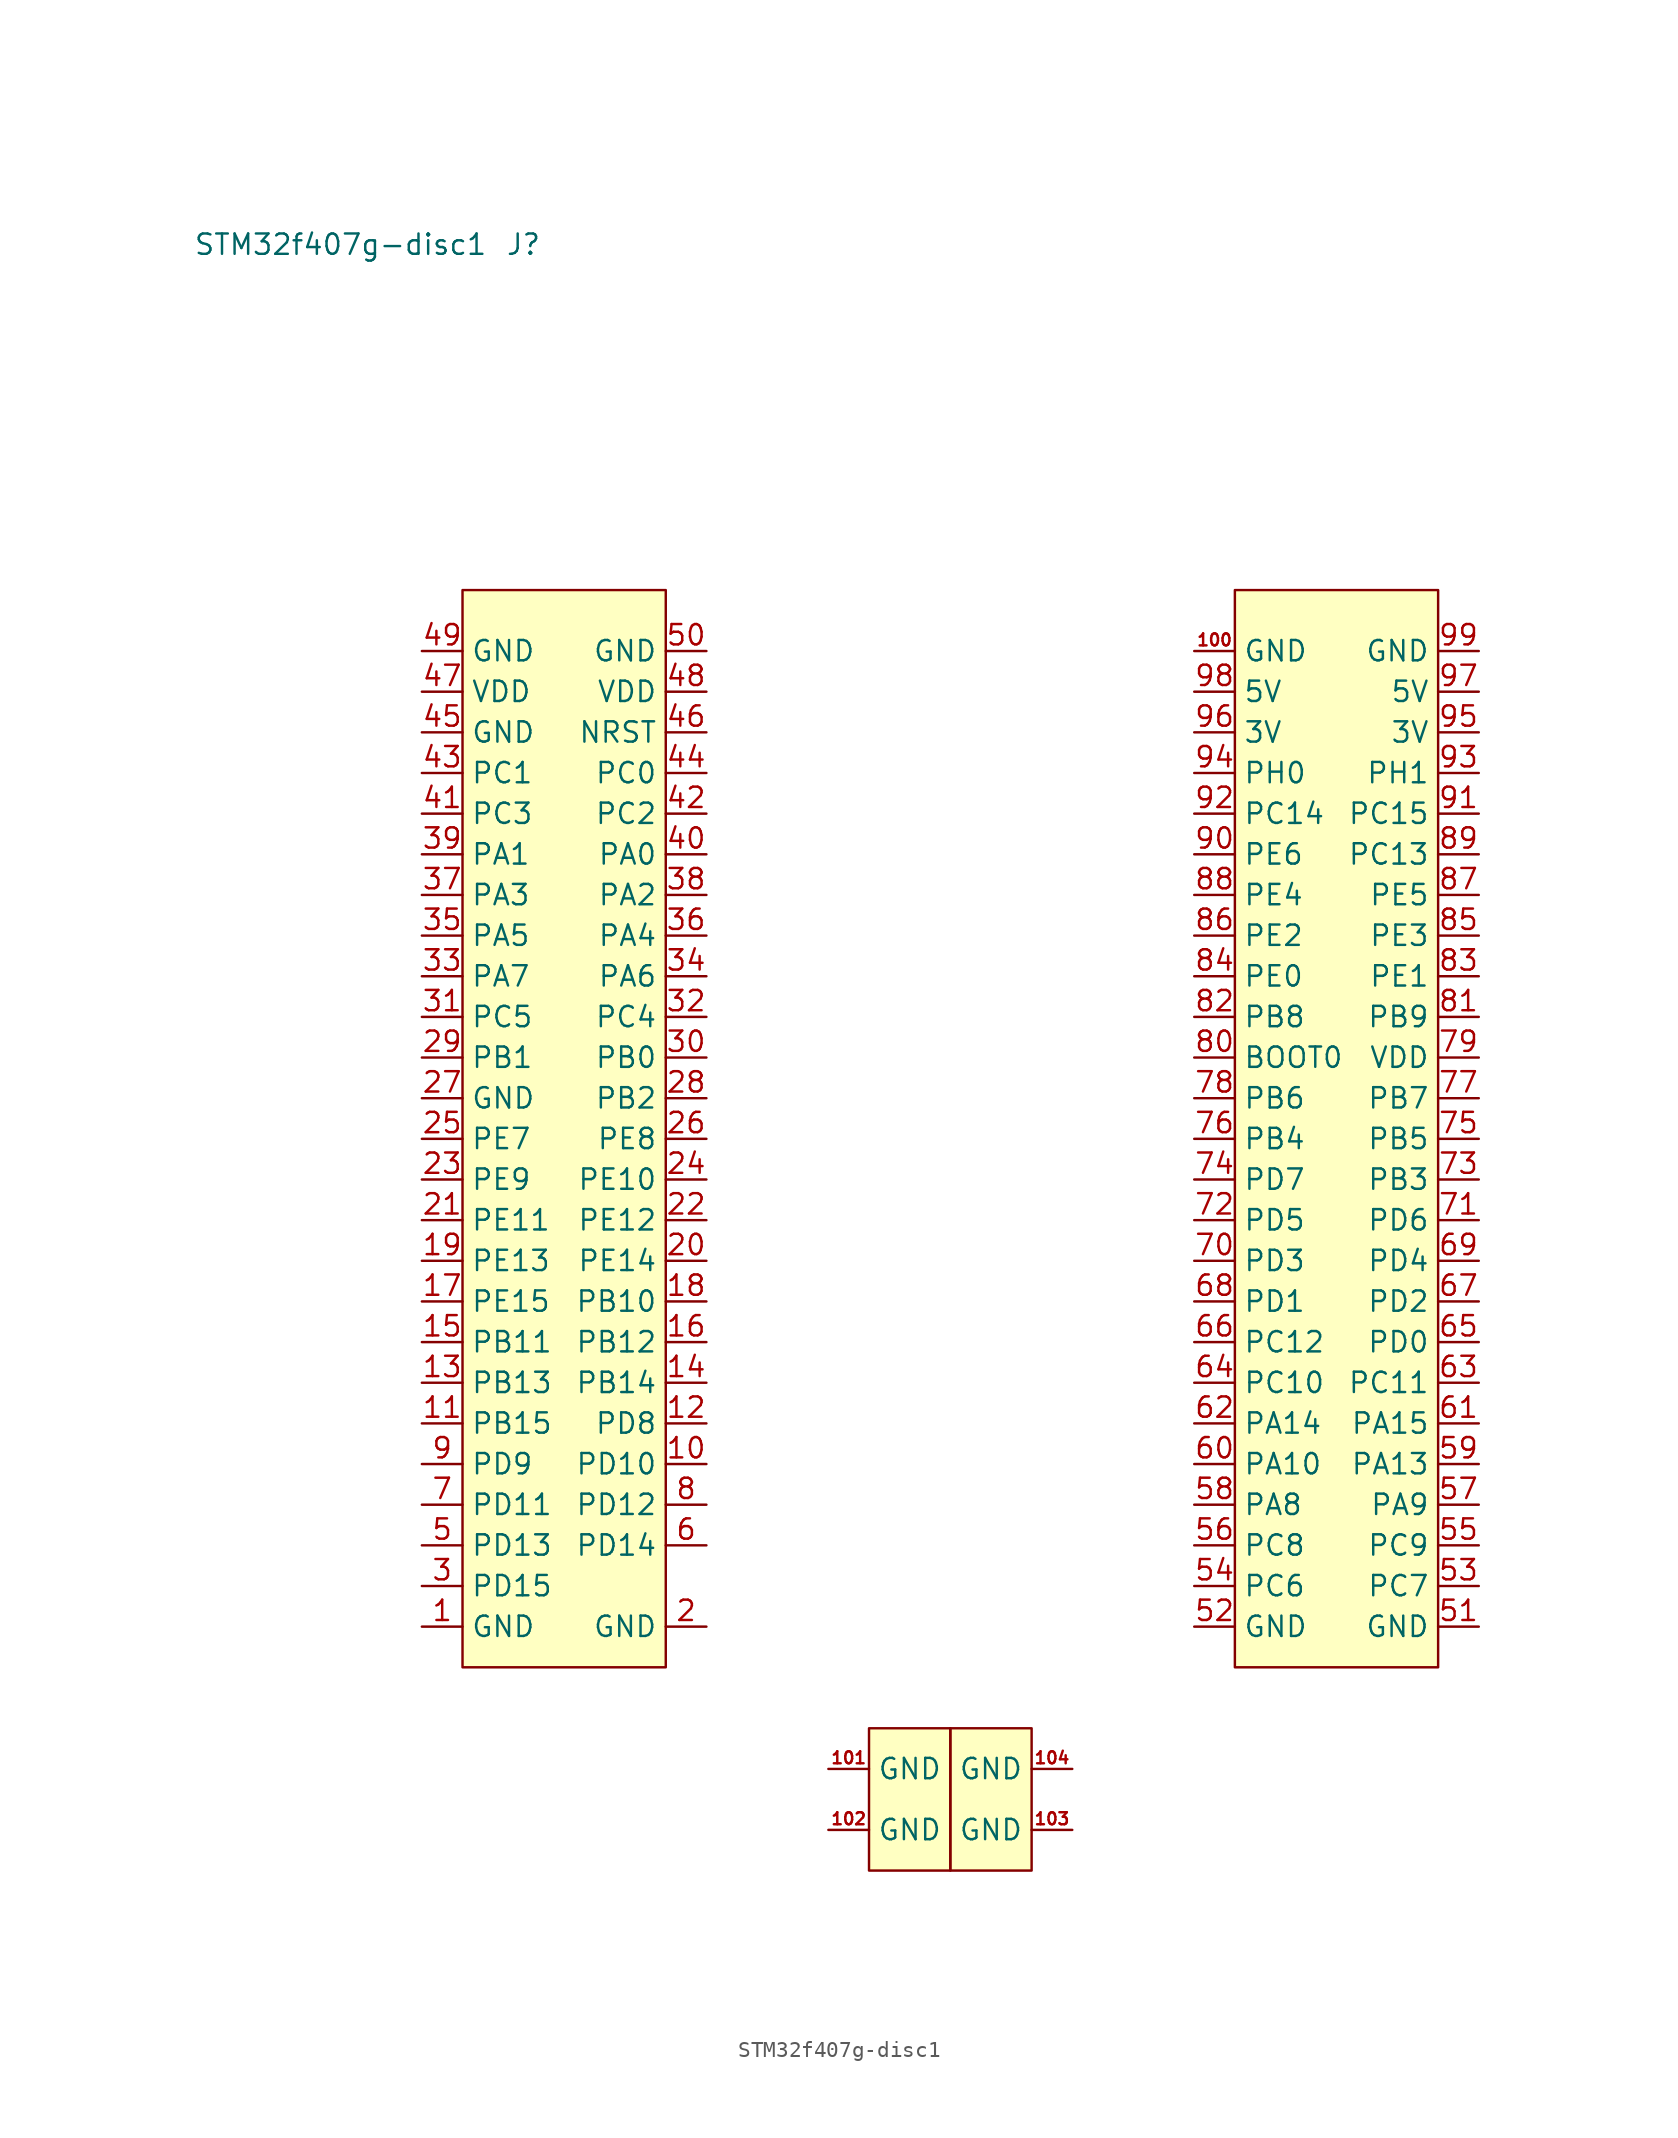
<source format=kicad_sym>
(kicad_symbol_lib
  (version 20231120)
  (generator "kicad_symbol_editor")
  (generator_version "8.0")
  (symbol "STM32f407g-disc1"
    (property "Reference" "J"
      (at -52.07 46.99 0)
      (effects (font (size 1.27 1.27))))
    (property "Value" "STM32f407g-disc1"
      (at -63.5 46.99 0)
      (effects (font (size 1.27 1.27))))
    (symbol "STM32f407g-disc1_0_1"
      (rectangle (start -55.88 -41.91) (end -43.18 25.4) (stroke (width 0) (type default)) (fill (type background)))
      (rectangle (start -30.48 -45.72) (end -25.4 -54.61) (stroke (width 0) (type default)) (fill (type background)))
      (rectangle (start -20.32 -54.61) (end -25.4 -45.72) (stroke (width 0) (type default)) (fill (type background)))
      (rectangle (start -7.62 -41.91) (end 5.08 25.4) (stroke (width 0) (type default)) (fill (type background))))
    (symbol "STM32f407g-disc1_1_1"
      (pin input line (at -58.42 -39.37 0) (length 2.54) (name "GND" (effects (font (size 1.27 1.27)))) (number "1" (effects (font (size 1.27 1.27)))))
      (pin input line (at -40.64 -29.21 180) (length 2.54) (name "PD10" (effects (font (size 1.27 1.27)))) (number "10" (effects (font (size 1.27 1.27)))))
      (pin input line (at -10.16 21.59 0) (length 2.54) (name "GND" (effects (font (size 1.27 1.27)))) (number "100" (effects (font (size 0.75 0.75)))))
      (pin input line (at -33.02 -48.26 0) (length 2.54) (name "GND" (effects (font (size 1.27 1.27)))) (number "101" (effects (font (size 0.75 0.75)))))
      (pin input line (at -33.02 -52.07 0) (length 2.54) (name "GND" (effects (font (size 1.27 1.27)))) (number "102" (effects (font (size 0.75 0.75)))))
      (pin input line (at -17.78 -52.07 180) (length 2.54) (name "GND" (effects (font (size 1.27 1.27)))) (number "103" (effects (font (size 0.75 0.75)))))
      (pin input line (at -17.78 -48.26 180) (length 2.54) (name "GND" (effects (font (size 1.27 1.27)))) (number "104" (effects (font (size 0.75 0.75)))))
      (pin input line (at -58.42 -26.67 0) (length 2.54) (name "PB15" (effects (font (size 1.27 1.27)))) (number "11" (effects (font (size 1.27 1.27)))))
      (pin input line (at -40.64 -26.67 180) (length 2.54) (name "PD8" (effects (font (size 1.27 1.27)))) (number "12" (effects (font (size 1.27 1.27)))))
      (pin input line (at -58.42 -24.13 0) (length 2.54) (name "PB13" (effects (font (size 1.27 1.27)))) (number "13" (effects (font (size 1.27 1.27)))))
      (pin input line (at -40.64 -24.13 180) (length 2.54) (name "PB14" (effects (font (size 1.27 1.27)))) (number "14" (effects (font (size 1.27 1.27)))))
      (pin input line (at -58.42 -21.59 0) (length 2.54) (name "PB11" (effects (font (size 1.27 1.27)))) (number "15" (effects (font (size 1.27 1.27)))))
      (pin input line (at -40.64 -21.59 180) (length 2.54) (name "PB12" (effects (font (size 1.27 1.27)))) (number "16" (effects (font (size 1.27 1.27)))))
      (pin input line (at -58.42 -19.05 0) (length 2.54) (name "PE15" (effects (font (size 1.27 1.27)))) (number "17" (effects (font (size 1.27 1.27)))))
      (pin input line (at -40.64 -19.05 180) (length 2.54) (name "PB10" (effects (font (size 1.27 1.27)))) (number "18" (effects (font (size 1.27 1.27)))))
      (pin input line (at -58.42 -16.51 0) (length 2.54) (name "PE13" (effects (font (size 1.27 1.27)))) (number "19" (effects (font (size 1.27 1.27)))))
      (pin input line (at -40.64 -39.37 180) (length 2.54) (name "GND" (effects (font (size 1.27 1.27)))) (number "2" (effects (font (size 1.27 1.27)))))
      (pin input line (at -40.64 -16.51 180) (length 2.54) (name "PE14" (effects (font (size 1.27 1.27)))) (number "20" (effects (font (size 1.27 1.27)))))
      (pin input line (at -58.42 -13.97 0) (length 2.54) (name "PE11" (effects (font (size 1.27 1.27)))) (number "21" (effects (font (size 1.27 1.27)))))
      (pin input line (at -40.64 -13.97 180) (length 2.54) (name "PE12" (effects (font (size 1.27 1.27)))) (number "22" (effects (font (size 1.27 1.27)))))
      (pin input line (at -58.42 -11.43 0) (length 2.54) (name "PE9" (effects (font (size 1.27 1.27)))) (number "23" (effects (font (size 1.27 1.27)))))
      (pin input line (at -40.64 -11.43 180) (length 2.54) (name "PE10" (effects (font (size 1.27 1.27)))) (number "24" (effects (font (size 1.27 1.27)))))
      (pin input line (at -58.42 -8.89 0) (length 2.54) (name "PE7" (effects (font (size 1.27 1.27)))) (number "25" (effects (font (size 1.27 1.27)))))
      (pin input line (at -40.64 -8.89 180) (length 2.54) (name "PE8" (effects (font (size 1.27 1.27)))) (number "26" (effects (font (size 1.27 1.27)))))
      (pin input line (at -58.42 -6.35 0) (length 2.54) (name "GND" (effects (font (size 1.27 1.27)))) (number "27" (effects (font (size 1.27 1.27)))))
      (pin input line (at -40.64 -6.35 180) (length 2.54) (name "PB2" (effects (font (size 1.27 1.27)))) (number "28" (effects (font (size 1.27 1.27)))))
      (pin input line (at -58.42 -3.81 0) (length 2.54) (name "PB1" (effects (font (size 1.27 1.27)))) (number "29" (effects (font (size 1.27 1.27)))))
      (pin input line (at -58.42 -36.83 0) (length 2.54) (name "PD15" (effects (font (size 1.27 1.27)))) (number "3" (effects (font (size 1.27 1.27)))))
      (pin input line (at -40.64 -3.81 180) (length 2.54) (name "PB0" (effects (font (size 1.27 1.27)))) (number "30" (effects (font (size 1.27 1.27)))))
      (pin input line (at -58.42 -1.27 0) (length 2.54) (name "PC5" (effects (font (size 1.27 1.27)))) (number "31" (effects (font (size 1.27 1.27)))))
      (pin input line (at -40.64 -1.27 180) (length 2.54) (name "PC4" (effects (font (size 1.27 1.27)))) (number "32" (effects (font (size 1.27 1.27)))))
      (pin input line (at -58.42 1.27 0) (length 2.54) (name "PA7" (effects (font (size 1.27 1.27)))) (number "33" (effects (font (size 1.27 1.27)))))
      (pin input line (at -40.64 1.27 180) (length 2.54) (name "PA6" (effects (font (size 1.27 1.27)))) (number "34" (effects (font (size 1.27 1.27)))))
      (pin input line (at -58.42 3.81 0) (length 2.54) (name "PA5" (effects (font (size 1.27 1.27)))) (number "35" (effects (font (size 1.27 1.27)))))
      (pin input line (at -40.64 3.81 180) (length 2.54) (name "PA4" (effects (font (size 1.27 1.27)))) (number "36" (effects (font (size 1.27 1.27)))))
      (pin input line (at -58.42 6.35 0) (length 2.54) (name "PA3" (effects (font (size 1.27 1.27)))) (number "37" (effects (font (size 1.27 1.27)))))
      (pin input line (at -40.64 6.35 180) (length 2.54) (name "PA2" (effects (font (size 1.27 1.27)))) (number "38" (effects (font (size 1.27 1.27)))))
      (pin input line (at -58.42 8.89 0) (length 2.54) (name "PA1" (effects (font (size 1.27 1.27)))) (number "39" (effects (font (size 1.27 1.27)))))
      (pin no_connect line (at -40.64 -36.83 180) (length 2.54) hide (name "NC" (effects (font (size 1.27 1.27)))) (number "4" (effects (font (size 1.27 1.27)))))
      (pin input line (at -40.64 8.89 180) (length 2.54) (name "PA0" (effects (font (size 1.27 1.27)))) (number "40" (effects (font (size 1.27 1.27)))))
      (pin input line (at -58.42 11.43 0) (length 2.54) (name "PC3" (effects (font (size 1.27 1.27)))) (number "41" (effects (font (size 1.27 1.27)))))
      (pin input line (at -40.64 11.43 180) (length 2.54) (name "PC2" (effects (font (size 1.27 1.27)))) (number "42" (effects (font (size 1.27 1.27)))))
      (pin input line (at -58.42 13.97 0) (length 2.54) (name "PC1" (effects (font (size 1.27 1.27)))) (number "43" (effects (font (size 1.27 1.27)))))
      (pin input line (at -40.64 13.97 180) (length 2.54) (name "PC0" (effects (font (size 1.27 1.27)))) (number "44" (effects (font (size 1.27 1.27)))))
      (pin input line (at -58.42 16.51 0) (length 2.54) (name "GND" (effects (font (size 1.27 1.27)))) (number "45" (effects (font (size 1.27 1.27)))))
      (pin input line (at -40.64 16.51 180) (length 2.54) (name "NRST" (effects (font (size 1.27 1.27)))) (number "46" (effects (font (size 1.27 1.27)))))
      (pin input line (at -58.42 19.05 0) (length 2.54) (name "VDD" (effects (font (size 1.27 1.27)))) (number "47" (effects (font (size 1.27 1.27)))))
      (pin input line (at -40.64 19.05 180) (length 2.54) (name "VDD" (effects (font (size 1.27 1.27)))) (number "48" (effects (font (size 1.27 1.27)))))
      (pin input line (at -58.42 21.59 0) (length 2.54) (name "GND" (effects (font (size 1.27 1.27)))) (number "49" (effects (font (size 1.27 1.27)))))
      (pin input line (at -58.42 -34.29 0) (length 2.54) (name "PD13" (effects (font (size 1.27 1.27)))) (number "5" (effects (font (size 1.27 1.27)))))
      (pin input line (at -40.64 21.59 180) (length 2.54) (name "GND" (effects (font (size 1.27 1.27)))) (number "50" (effects (font (size 1.27 1.27)))))
      (pin input line (at 7.62 -39.37 180) (length 2.54) (name "GND" (effects (font (size 1.27 1.27)))) (number "51" (effects (font (size 1.27 1.27)))))
      (pin input line (at -10.16 -39.37 0) (length 2.54) (name "GND" (effects (font (size 1.27 1.27)))) (number "52" (effects (font (size 1.27 1.27)))))
      (pin input line (at 7.62 -36.83 180) (length 2.54) (name "PC7" (effects (font (size 1.27 1.27)))) (number "53" (effects (font (size 1.27 1.27)))))
      (pin input line (at -10.16 -36.83 0) (length 2.54) (name "PC6" (effects (font (size 1.27 1.27)))) (number "54" (effects (font (size 1.27 1.27)))))
      (pin input line (at 7.62 -34.29 180) (length 2.54) (name "PC9" (effects (font (size 1.27 1.27)))) (number "55" (effects (font (size 1.27 1.27)))))
      (pin input line (at -10.16 -34.29 0) (length 2.54) (name "PC8" (effects (font (size 1.27 1.27)))) (number "56" (effects (font (size 1.27 1.27)))))
      (pin input line (at 7.62 -31.75 180) (length 2.54) (name "PA9" (effects (font (size 1.27 1.27)))) (number "57" (effects (font (size 1.27 1.27)))))
      (pin input line (at -10.16 -31.75 0) (length 2.54) (name "PA8" (effects (font (size 1.27 1.27)))) (number "58" (effects (font (size 1.27 1.27)))))
      (pin input line (at 7.62 -29.21 180) (length 2.54) (name "PA13" (effects (font (size 1.27 1.27)))) (number "59" (effects (font (size 1.27 1.27)))))
      (pin input line (at -40.64 -34.29 180) (length 2.54) (name "PD14" (effects (font (size 1.27 1.27)))) (number "6" (effects (font (size 1.27 1.27)))))
      (pin input line (at -10.16 -29.21 0) (length 2.54) (name "PA10" (effects (font (size 1.27 1.27)))) (number "60" (effects (font (size 1.27 1.27)))))
      (pin input line (at 7.62 -26.67 180) (length 2.54) (name "PA15" (effects (font (size 1.27 1.27)))) (number "61" (effects (font (size 1.27 1.27)))))
      (pin input line (at -10.16 -26.67 0) (length 2.54) (name "PA14" (effects (font (size 1.27 1.27)))) (number "62" (effects (font (size 1.27 1.27)))))
      (pin input line (at 7.62 -24.13 180) (length 2.54) (name "PC11" (effects (font (size 1.27 1.27)))) (number "63" (effects (font (size 1.27 1.27)))))
      (pin input line (at -10.16 -24.13 0) (length 2.54) (name "PC10" (effects (font (size 1.27 1.27)))) (number "64" (effects (font (size 1.27 1.27)))))
      (pin input line (at 7.62 -21.59 180) (length 2.54) (name "PD0" (effects (font (size 1.27 1.27)))) (number "65" (effects (font (size 1.27 1.27)))))
      (pin input line (at -10.16 -21.59 0) (length 2.54) (name "PC12" (effects (font (size 1.27 1.27)))) (number "66" (effects (font (size 1.27 1.27)))))
      (pin input line (at 7.62 -19.05 180) (length 2.54) (name "PD2" (effects (font (size 1.27 1.27)))) (number "67" (effects (font (size 1.27 1.27)))))
      (pin input line (at -10.16 -19.05 0) (length 2.54) (name "PD1" (effects (font (size 1.27 1.27)))) (number "68" (effects (font (size 1.27 1.27)))))
      (pin input line (at 7.62 -16.51 180) (length 2.54) (name "PD4" (effects (font (size 1.27 1.27)))) (number "69" (effects (font (size 1.27 1.27)))))
      (pin input line (at -58.42 -31.75 0) (length 2.54) (name "PD11" (effects (font (size 1.27 1.27)))) (number "7" (effects (font (size 1.27 1.27)))))
      (pin input line (at -10.16 -16.51 0) (length 2.54) (name "PD3" (effects (font (size 1.27 1.27)))) (number "70" (effects (font (size 1.27 1.27)))))
      (pin input line (at 7.62 -13.97 180) (length 2.54) (name "PD6" (effects (font (size 1.27 1.27)))) (number "71" (effects (font (size 1.27 1.27)))))
      (pin input line (at -10.16 -13.97 0) (length 2.54) (name "PD5" (effects (font (size 1.27 1.27)))) (number "72" (effects (font (size 1.27 1.27)))))
      (pin input line (at 7.62 -11.43 180) (length 2.54) (name "PB3" (effects (font (size 1.27 1.27)))) (number "73" (effects (font (size 1.27 1.27)))))
      (pin input line (at -10.16 -11.43 0) (length 2.54) (name "PD7" (effects (font (size 1.27 1.27)))) (number "74" (effects (font (size 1.27 1.27)))))
      (pin input line (at 7.62 -8.89 180) (length 2.54) (name "PB5" (effects (font (size 1.27 1.27)))) (number "75" (effects (font (size 1.27 1.27)))))
      (pin input line (at -10.16 -8.89 0) (length 2.54) (name "PB4" (effects (font (size 1.27 1.27)))) (number "76" (effects (font (size 1.27 1.27)))))
      (pin input line (at 7.62 -6.35 180) (length 2.54) (name "PB7" (effects (font (size 1.27 1.27)))) (number "77" (effects (font (size 1.27 1.27)))))
      (pin input line (at -10.16 -6.35 0) (length 2.54) (name "PB6" (effects (font (size 1.27 1.27)))) (number "78" (effects (font (size 1.27 1.27)))))
      (pin input line (at 7.62 -3.81 180) (length 2.54) (name "VDD" (effects (font (size 1.27 1.27)))) (number "79" (effects (font (size 1.27 1.27)))))
      (pin input line (at -40.64 -31.75 180) (length 2.54) (name "PD12" (effects (font (size 1.27 1.27)))) (number "8" (effects (font (size 1.27 1.27)))))
      (pin input line (at -10.16 -3.81 0) (length 2.54) (name "BOOT0" (effects (font (size 1.27 1.27)))) (number "80" (effects (font (size 1.27 1.27)))))
      (pin input line (at 7.62 -1.27 180) (length 2.54) (name "PB9" (effects (font (size 1.27 1.27)))) (number "81" (effects (font (size 1.27 1.27)))))
      (pin input line (at -10.16 -1.27 0) (length 2.54) (name "PB8" (effects (font (size 1.27 1.27)))) (number "82" (effects (font (size 1.27 1.27)))))
      (pin input line (at 7.62 1.27 180) (length 2.54) (name "PE1" (effects (font (size 1.27 1.27)))) (number "83" (effects (font (size 1.27 1.27)))))
      (pin input line (at -10.16 1.27 0) (length 2.54) (name "PE0" (effects (font (size 1.27 1.27)))) (number "84" (effects (font (size 1.27 1.27)))))
      (pin input line (at 7.62 3.81 180) (length 2.54) (name "PE3" (effects (font (size 1.27 1.27)))) (number "85" (effects (font (size 1.27 1.27)))))
      (pin input line (at -10.16 3.81 0) (length 2.54) (name "PE2" (effects (font (size 1.27 1.27)))) (number "86" (effects (font (size 1.27 1.27)))))
      (pin input line (at 7.62 6.35 180) (length 2.54) (name "PE5" (effects (font (size 1.27 1.27)))) (number "87" (effects (font (size 1.27 1.27)))))
      (pin input line (at -10.16 6.35 0) (length 2.54) (name "PE4" (effects (font (size 1.27 1.27)))) (number "88" (effects (font (size 1.27 1.27)))))
      (pin input line (at 7.62 8.89 180) (length 2.54) (name "PC13" (effects (font (size 1.27 1.27)))) (number "89" (effects (font (size 1.27 1.27)))))
      (pin input line (at -58.42 -29.21 0) (length 2.54) (name "PD9" (effects (font (size 1.27 1.27)))) (number "9" (effects (font (size 1.27 1.27)))))
      (pin input line (at -10.16 8.89 0) (length 2.54) (name "PE6" (effects (font (size 1.27 1.27)))) (number "90" (effects (font (size 1.27 1.27)))))
      (pin input line (at 7.62 11.43 180) (length 2.54) (name "PC15" (effects (font (size 1.27 1.27)))) (number "91" (effects (font (size 1.27 1.27)))))
      (pin input line (at -10.16 11.43 0) (length 2.54) (name "PC14" (effects (font (size 1.27 1.27)))) (number "92" (effects (font (size 1.27 1.27)))))
      (pin input line (at 7.62 13.97 180) (length 2.54) (name "PH1" (effects (font (size 1.27 1.27)))) (number "93" (effects (font (size 1.27 1.27)))))
      (pin input line (at -10.16 13.97 0) (length 2.54) (name "PH0" (effects (font (size 1.27 1.27)))) (number "94" (effects (font (size 1.27 1.27)))))
      (pin input line (at 7.62 16.51 180) (length 2.54) (name "3V" (effects (font (size 1.27 1.27)))) (number "95" (effects (font (size 1.27 1.27)))))
      (pin input line (at -10.16 16.51 0) (length 2.54) (name "3V" (effects (font (size 1.27 1.27)))) (number "96" (effects (font (size 1.27 1.27)))))
      (pin input line (at 7.62 19.05 180) (length 2.54) (name "5V" (effects (font (size 1.27 1.27)))) (number "97" (effects (font (size 1.27 1.27)))))
      (pin input line (at -10.16 19.05 0) (length 2.54) (name "5V" (effects (font (size 1.27 1.27)))) (number "98" (effects (font (size 1.27 1.27)))))
      (pin input line (at 7.62 21.59 180) (length 2.54) (name "GND" (effects (font (size 1.27 1.27)))) (number "99" (effects (font (size 1.27 1.27))))))))
</source>
